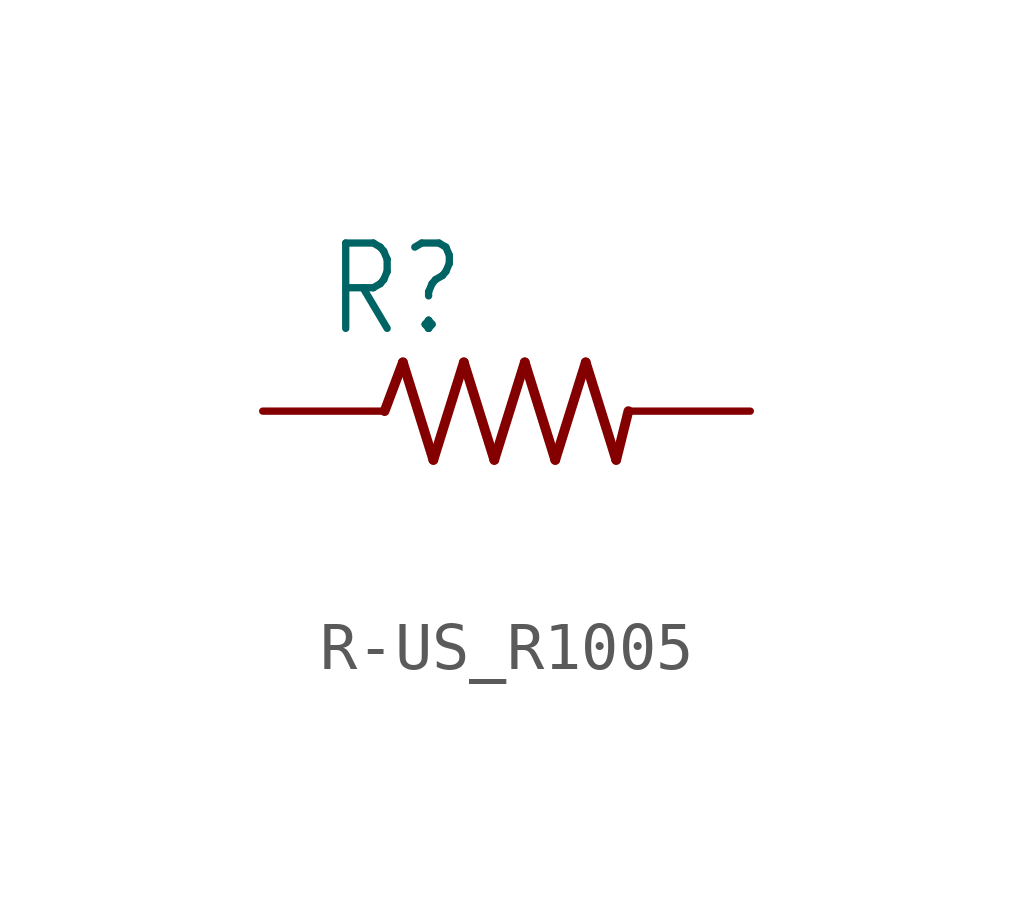
<source format=kicad_sym>
(kicad_symbol_lib
  (version 20241209)
  (generator "kicad_symbol_editor")
  (generator_version "9.0")
  (symbol "R-US_R1005"
    (property "Reference" "R"
      (at -3.81 1.499 0)
      (effects (font (size 1.778 1.511)) (justify left bottom)))
    (property "Value" ""
      (at -3.81 -3.302 0)
      (effects (font (size 1.778 1.511)) (justify left bottom)))
    (property "ki_locked" ""
      (at 0 0 0)
      (effects (font (size 1.27 1.27))))
    (symbol "R-US_R1005_1_0"
      (polyline (pts (xy -2.54 0) (xy -2.159 1.016)) (stroke (width 0.203) (type solid)) (fill (type none)))
      (polyline (pts (xy -2.159 1.016) (xy -1.524 -1.016)) (stroke (width 0.203) (type solid)) (fill (type none)))
      (polyline (pts (xy -1.524 -1.016) (xy -0.889 1.016)) (stroke (width 0.203) (type solid)) (fill (type none)))
      (polyline (pts (xy -0.889 1.016) (xy -0.254 -1.016)) (stroke (width 0.203) (type solid)) (fill (type none)))
      (polyline (pts (xy -0.254 -1.016) (xy 0.381 1.016)) (stroke (width 0.203) (type solid)) (fill (type none)))
      (polyline (pts (xy 0.381 1.016) (xy 1.016 -1.016)) (stroke (width 0.203) (type solid)) (fill (type none)))
      (polyline (pts (xy 1.016 -1.016) (xy 1.651 1.016)) (stroke (width 0.203) (type solid)) (fill (type none)))
      (polyline (pts (xy 1.651 1.016) (xy 2.286 -1.016)) (stroke (width 0.203) (type solid)) (fill (type none)))
      (polyline (pts (xy 2.286 -1.016) (xy 2.54 0)) (stroke (width 0.203) (type solid)) (fill (type none)))
      (pin passive line (at -5.08 0 0) (length 2.54) (name "1" (effects (font (size 0 0)))) (number "1" (effects (font (size 0 0)))))
      (pin passive line (at 5.08 0 180) (length 2.54) (name "2" (effects (font (size 0 0)))) (number "2" (effects (font (size 0 0))))))))
</source>
